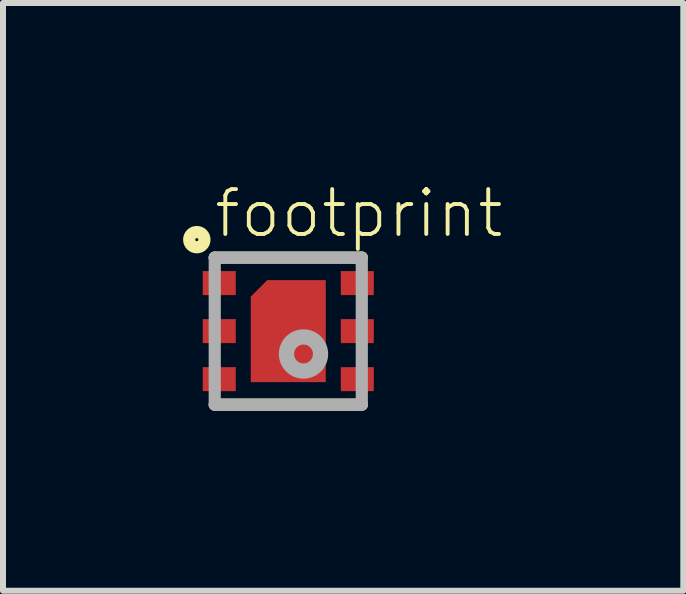
<source format=kicad_pcb>
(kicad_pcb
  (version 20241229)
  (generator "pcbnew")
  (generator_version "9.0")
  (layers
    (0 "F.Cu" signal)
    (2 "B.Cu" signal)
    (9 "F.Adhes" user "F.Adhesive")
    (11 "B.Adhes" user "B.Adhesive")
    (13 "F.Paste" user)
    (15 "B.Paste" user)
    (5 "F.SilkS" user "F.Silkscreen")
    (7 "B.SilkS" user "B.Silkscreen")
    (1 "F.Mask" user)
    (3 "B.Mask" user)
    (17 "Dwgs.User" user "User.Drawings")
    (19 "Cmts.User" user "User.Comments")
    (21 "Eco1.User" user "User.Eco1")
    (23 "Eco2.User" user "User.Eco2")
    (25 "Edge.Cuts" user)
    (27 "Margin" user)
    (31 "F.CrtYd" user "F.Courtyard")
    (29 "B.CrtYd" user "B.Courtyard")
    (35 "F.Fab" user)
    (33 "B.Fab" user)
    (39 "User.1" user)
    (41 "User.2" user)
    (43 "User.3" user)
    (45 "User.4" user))
  (footprint "footprint"
    (layer "F.Cu")
    (at 1.753 2.467)
    (property "Reference" "footprint" (at -1.27 -1.524 0) (layer "F.SilkS") (effects (font (size 0.748 0.748) (thickness 0.065)) (justify left bottom)))
    (fp_poly (pts (xy 0.625 0.85) (xy -0.625 0.85) (xy -0.625 -0.575) (xy -0.35 -0.85) (xy 0.625 -0.85)) (stroke (width 0) (type solid)) (fill yes) (layer "F.Cu"))
    (fp_poly (pts (xy 0.725 0.95) (xy -0.725 0.95) (xy -0.725 -0.625) (xy -0.4 -0.95) (xy 0.725 -0.95)) (stroke (width 0) (type solid)) (fill yes) (layer "F.Mask"))
    (fp_line (start -1.225 -1.225) (end 1.225 -1.225) (stroke (width 0.203) (type solid)) (layer "F.SilkS"))
    (fp_line (start 1.225 1.225) (end -1.225 1.225) (stroke (width 0.203) (type solid)) (layer "F.SilkS"))
    (fp_circle (center -1.524 -1.524) (end -1.397 -1.524) (stroke (width 0.203) (type solid)) (fill no) (layer "F.SilkS"))
    (fp_poly (pts (xy -1.525 -0.6) (xy -0.975 -0.6) (xy -0.975 -1) (xy -1.525 -1)) (stroke (width 0) (type solid)) (fill yes) (layer "F.Paste"))
    (fp_poly (pts (xy -1.525 0.2) (xy -0.975 0.2) (xy -0.975 -0.2) (xy -1.525 -0.2)) (stroke (width 0) (type solid)) (fill yes) (layer "F.Paste"))
    (fp_poly (pts (xy -1.525 1) (xy -0.975 1) (xy -0.975 0.6) (xy -1.525 0.6)) (stroke (width 0) (type solid)) (fill yes) (layer "F.Paste"))
    (fp_poly (pts (xy -0.3 0.425) (xy 0.3 0.425) (xy 0.3 -0.425) (xy -0.3 -0.425)) (stroke (width 0) (type solid)) (fill yes) (layer "F.Paste"))
    (fp_poly (pts (xy 0.975 -0.6) (xy 1.525 -0.6) (xy 1.525 -1) (xy 0.975 -1)) (stroke (width 0) (type solid)) (fill yes) (layer "F.Paste"))
    (fp_poly (pts (xy 0.975 0.2) (xy 1.525 0.2) (xy 1.525 -0.2) (xy 0.975 -0.2)) (stroke (width 0) (type solid)) (fill yes) (layer "F.Paste"))
    (fp_poly (pts (xy 0.975 1) (xy 1.525 1) (xy 1.525 0.6) (xy 0.975 0.6)) (stroke (width 0) (type solid)) (fill yes) (layer "F.Paste"))
    (fp_line (start -1.225 -1.225) (end -1.225 1.225) (stroke (width 0.203) (type solid)) (layer "F.Fab"))
    (fp_line (start -1.225 1.225) (end 1.225 1.225) (stroke (width 0.203) (type solid)) (layer "F.Fab"))
    (fp_line (start 1.225 -1.225) (end -1.225 -1.225) (stroke (width 0.203) (type solid)) (layer "F.Fab"))
    (fp_line (start 1.225 1.225) (end 1.225 -1.225) (stroke (width 0.203) (type solid)) (layer "F.Fab"))
    (fp_circle (center 0.254 0.381) (end 0.538 0.381) (stroke (width 0.254) (type solid)) (fill no) (layer "F.Fab"))
    (pad "1" smd rect (at -1.15 -0.8) (size 0.55 0.4) (layers "F.Cu" "F.Mask"))
    (pad "2" smd rect (at -1.15 0) (size 0.55 0.4) (layers "F.Cu" "F.Mask"))
    (pad "3" smd rect (at -1.15 0.8) (size 0.55 0.4) (layers "F.Cu" "F.Mask"))
    (pad "4" smd rect (at 1.15 0.8) (size 0.55 0.4) (layers "F.Cu" "F.Mask"))
    (pad "5" smd rect (at 1.15 0) (size 0.55 0.4) (layers "F.Cu" "F.Mask"))
    (pad "6" smd rect (at 1.15 -0.8) (size 0.55 0.4) (layers "F.Cu" "F.Mask"))
    (pad "DIEPAD" smd rect (at 0 0 90) (size 0.61 0.305) (layers "F.Cu")))
  (gr_rect
    (start -3 -3)
    (end 8.335 6.793)
    (stroke (width 0.1) (type default))
    (fill no)
    (layer "Edge.Cuts")))
</source>
